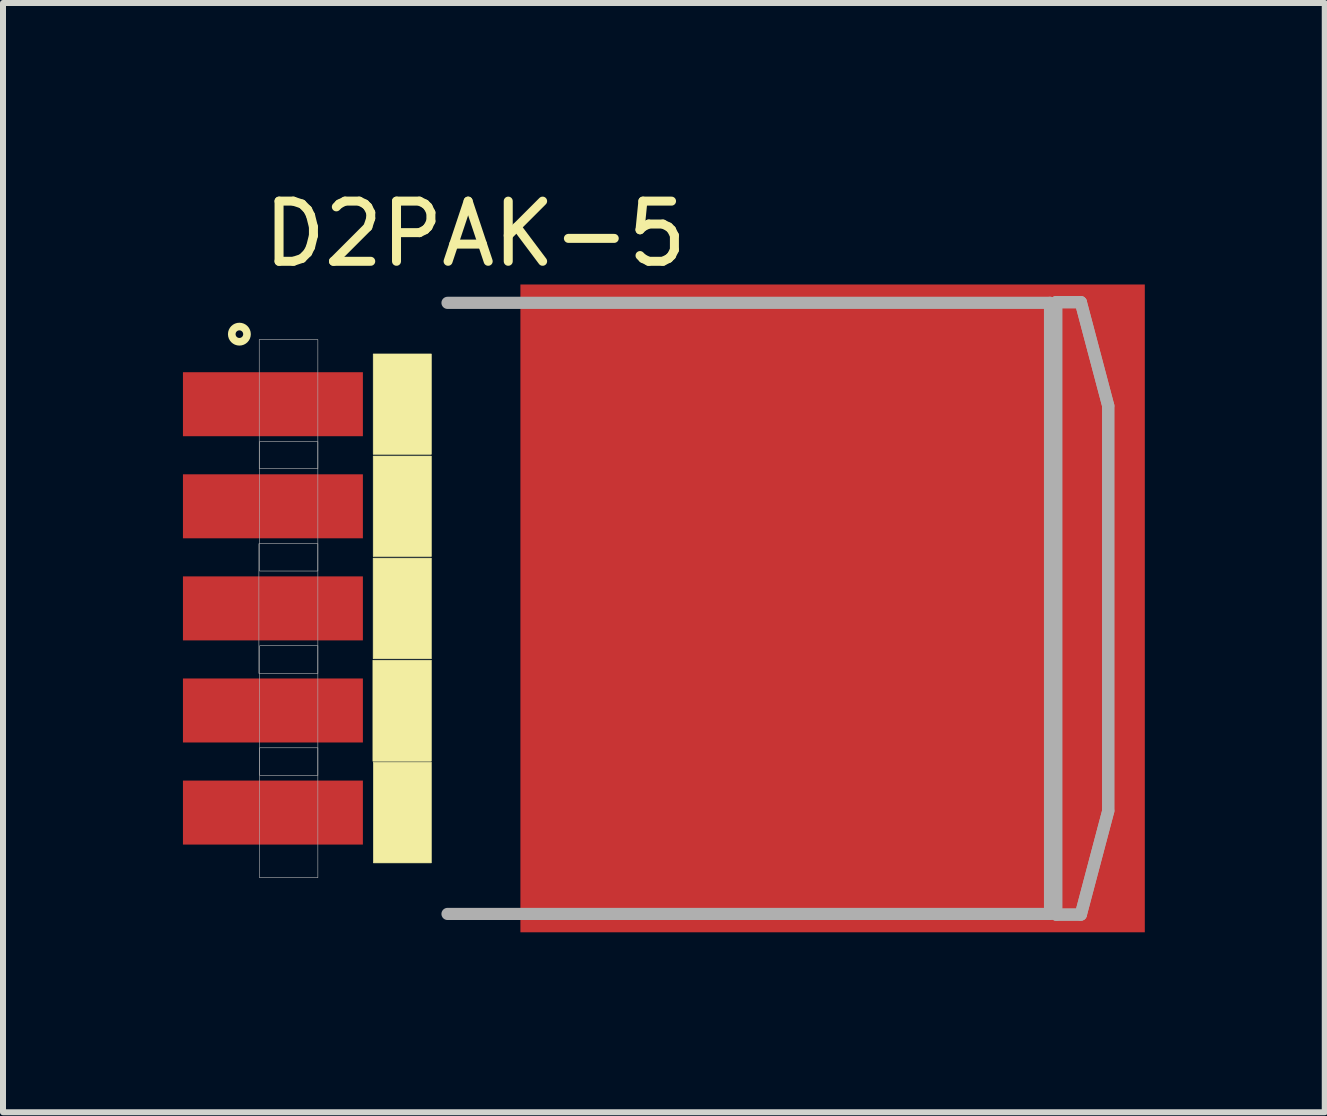
<source format=kicad_pcb>
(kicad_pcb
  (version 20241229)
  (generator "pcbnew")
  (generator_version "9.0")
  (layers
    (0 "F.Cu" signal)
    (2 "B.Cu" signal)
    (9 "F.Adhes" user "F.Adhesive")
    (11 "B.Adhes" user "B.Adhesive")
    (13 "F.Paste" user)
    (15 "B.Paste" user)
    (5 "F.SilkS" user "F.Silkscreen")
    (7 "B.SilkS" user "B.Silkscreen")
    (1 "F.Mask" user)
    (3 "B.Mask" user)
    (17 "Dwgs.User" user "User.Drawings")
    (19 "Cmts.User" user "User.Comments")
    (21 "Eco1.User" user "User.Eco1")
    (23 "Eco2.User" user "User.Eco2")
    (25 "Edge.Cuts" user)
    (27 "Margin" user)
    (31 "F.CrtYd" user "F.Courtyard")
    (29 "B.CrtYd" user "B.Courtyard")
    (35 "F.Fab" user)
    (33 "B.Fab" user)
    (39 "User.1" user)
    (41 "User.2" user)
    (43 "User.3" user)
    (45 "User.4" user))
  (footprint "D2PAK-5"
    (layer "F.Cu")
    (at 6.021 7.093)
    (property "Reference" "D2PAK-5" (at -1.147 -6.243 0) (layer "F.SilkS") (effects (font (size 1.003 1.003) (thickness 0.15))))
    (attr through_hole)
    (fp_circle (center -5.08 -4.572) (end -4.953 -4.572) (stroke (width 0.127) (type solid)) (fill no) (layer "F.SilkS"))
    (fp_poly (pts (xy -2.854 0.864) (xy -1.88 0.864) (xy -1.88 2.548) (xy -2.854 2.548)) (stroke (width 0.01) (type solid)) (fill yes) (layer "F.SilkS"))
    (fp_poly (pts (xy -2.85 -0.838) (xy -1.88 -0.838) (xy -1.88 0.84) (xy -2.85 0.84)) (stroke (width 0.01) (type solid)) (fill yes) (layer "F.SilkS"))
    (fp_poly (pts (xy -2.849 -2.54) (xy -1.88 -2.54) (xy -1.88 -0.865) (xy -2.849 -0.865)) (stroke (width 0.01) (type solid)) (fill yes) (layer "F.SilkS"))
    (fp_poly (pts (xy -2.849 -4.242) (xy -1.88 -4.242) (xy -1.88 -2.569) (xy -2.849 -2.569)) (stroke (width 0.01) (type solid)) (fill yes) (layer "F.SilkS"))
    (fp_poly (pts (xy -2.846 2.565) (xy -1.88 2.565) (xy -1.88 4.243) (xy -2.846 4.243)) (stroke (width 0.01) (type solid)) (fill yes) (layer "F.SilkS"))
    (fp_line (start -1.61 -5.094) (end 8.435 -5.094) (stroke (width 0.203) (type solid)) (layer "F.Fab"))
    (fp_line (start 8.435 -5.094) (end 8.435 5.094) (stroke (width 0.203) (type solid)) (layer "F.Fab"))
    (fp_line (start 8.435 5.094) (end -1.61 5.094) (stroke (width 0.203) (type solid)) (layer "F.Fab"))
    (fp_line (start 8.537 -5.105) (end 8.948 -5.105) (stroke (width 0.203) (type solid)) (layer "F.Fab"))
    (fp_line (start 8.537 5.105) (end 8.537 -5.105) (stroke (width 0.203) (type solid)) (layer "F.Fab"))
    (fp_line (start 8.948 -5.105) (end 9.405 -3.378) (stroke (width 0.203) (type solid)) (layer "F.Fab"))
    (fp_line (start 8.948 5.105) (end 8.537 5.105) (stroke (width 0.203) (type solid)) (layer "F.Fab"))
    (fp_line (start 9.405 -3.378) (end 9.405 3.378) (stroke (width 0.203) (type solid)) (layer "F.Fab"))
    (fp_line (start 9.405 3.378) (end 8.948 5.105) (stroke (width 0.203) (type solid)) (layer "F.Fab"))
    (fp_poly (pts (xy -4.755 -1.079) (xy -3.772 -1.079) (xy -3.772 1.084) (xy -4.755 1.084)) (stroke (width 0.01) (type solid)) (fill no) (layer "F.Fab"))
    (fp_poly (pts (xy -4.749 -4.483) (xy -3.772 -4.483) (xy -3.772 -2.33) (xy -4.749 -2.33)) (stroke (width 0.01) (type solid)) (fill no) (layer "F.Fab"))
    (fp_poly (pts (xy -4.745 2.324) (xy -3.772 2.324) (xy -3.772 4.49) (xy -4.745 4.49)) (stroke (width 0.01) (type solid)) (fill no) (layer "F.Fab"))
    (fp_poly (pts (xy -4.744 -2.781) (xy -3.772 -2.781) (xy -3.772 -0.623) (xy -4.744 -0.623)) (stroke (width 0.01) (type solid)) (fill no) (layer "F.Fab"))
    (fp_poly (pts (xy -4.742 0.622) (xy -3.772 0.622) (xy -3.772 2.784) (xy -4.742 2.784)) (stroke (width 0.01) (type solid)) (fill no) (layer "F.Fab"))
    (fp_poly (pts (xy 8.537 -5.105) (xy 8.948 -5.105) (xy 9.405 -3.378) (xy 9.405 3.378) (xy 8.948 5.105) (xy 8.537 5.105)) (stroke (width 0.203) (type solid)) (fill no) (layer "F.Fab"))
    (pad "1" smd rect (at -4.521 -3.404 270) (size 1.067 3) (layers "F.Cu" "F.Mask" "F.Paste"))
    (pad "2" smd rect (at -4.521 -1.702 270) (size 1.067 3) (layers "F.Cu" "F.Mask" "F.Paste"))
    (pad "3" smd rect (at -4.521 0 270) (size 1.067 3) (layers "F.Cu" "F.Mask" "F.Paste"))
    (pad "4" smd rect (at -4.521 1.702 270) (size 1.067 3) (layers "F.Cu" "F.Mask" "F.Paste"))
    (pad "5" smd rect (at -4.521 3.404 270) (size 1.067 3) (layers "F.Cu" "F.Mask" "F.Paste"))
    (pad "6" smd rect (at 4.81 0 270) (size 10.8 10.41) (layers "F.Cu" "F.Mask" "F.Paste")))
  (gr_rect
    (start -3 -3)
    (end 19.036 15.493)
    (stroke (width 0.1) (type default))
    (fill no)
    (layer "Edge.Cuts")))
</source>
